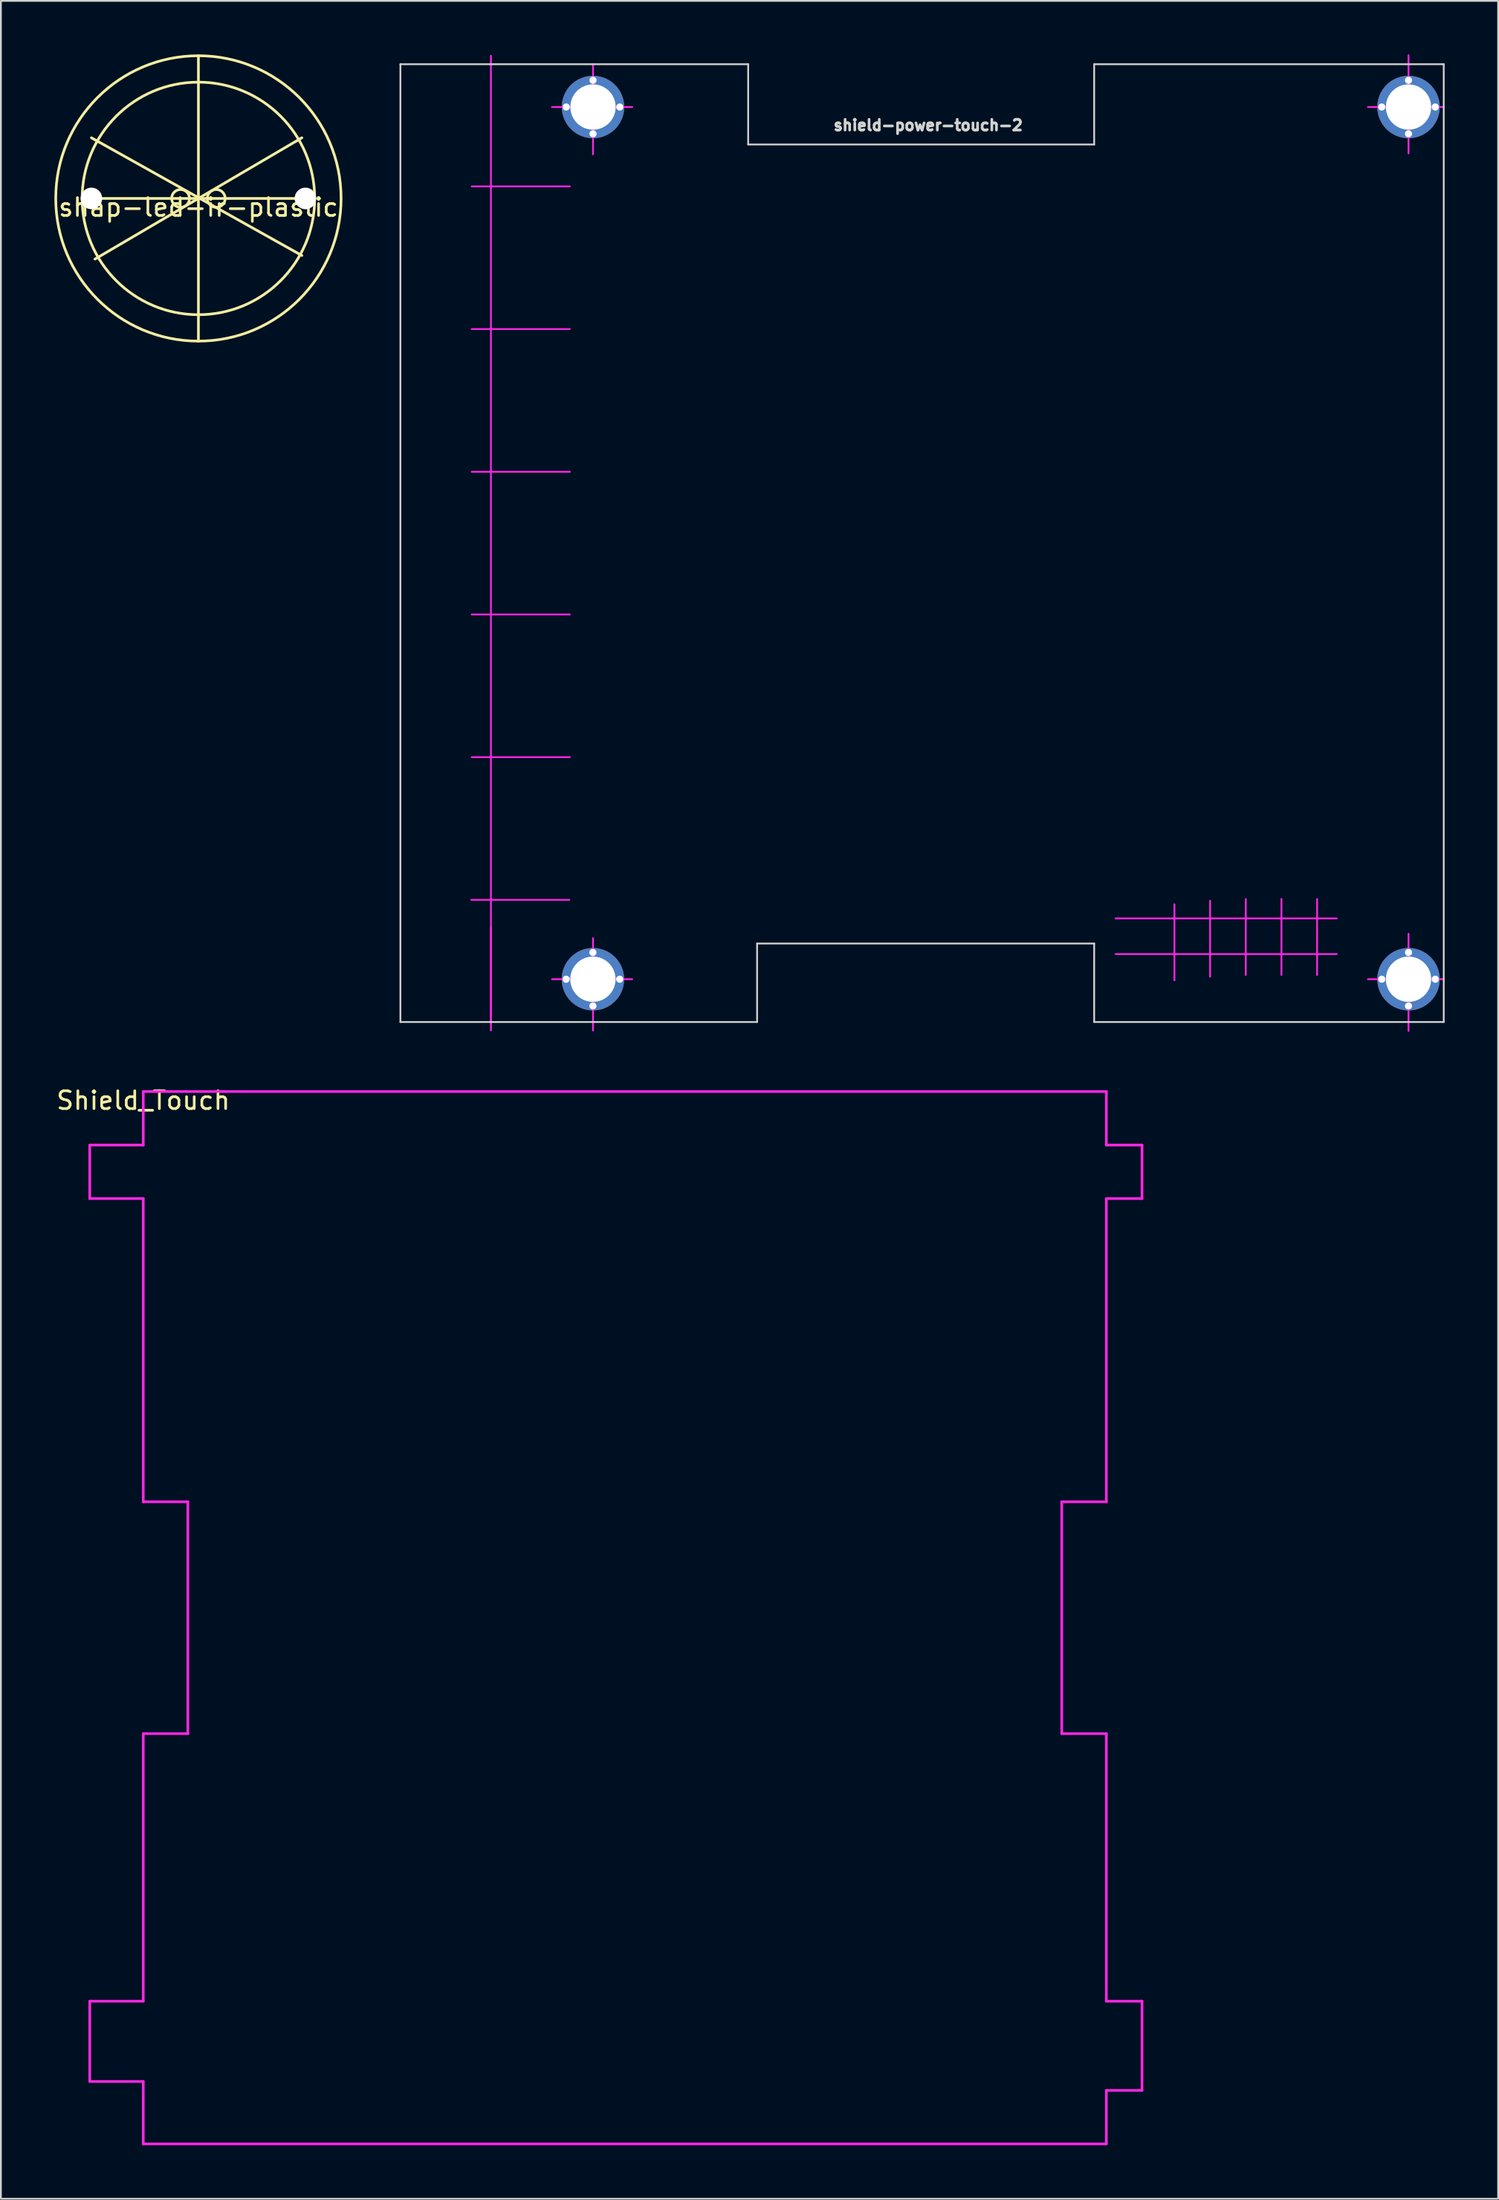
<source format=kicad_pcb>
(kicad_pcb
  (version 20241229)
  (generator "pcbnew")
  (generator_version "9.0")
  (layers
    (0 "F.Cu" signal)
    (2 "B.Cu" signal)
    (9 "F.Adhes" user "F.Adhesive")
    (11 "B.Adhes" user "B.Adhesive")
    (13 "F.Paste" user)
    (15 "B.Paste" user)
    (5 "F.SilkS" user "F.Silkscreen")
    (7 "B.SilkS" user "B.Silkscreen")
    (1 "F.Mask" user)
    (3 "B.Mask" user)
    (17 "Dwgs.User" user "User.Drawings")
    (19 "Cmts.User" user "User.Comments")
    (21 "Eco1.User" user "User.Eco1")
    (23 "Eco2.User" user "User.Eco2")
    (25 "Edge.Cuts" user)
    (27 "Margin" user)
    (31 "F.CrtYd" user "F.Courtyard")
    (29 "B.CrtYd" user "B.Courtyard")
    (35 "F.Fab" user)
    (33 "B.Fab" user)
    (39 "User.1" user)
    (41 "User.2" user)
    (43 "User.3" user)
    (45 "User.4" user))
  (footprint "shield-power-touch-2"
    (layer "F.Cu")
    (at 19.4 1.05)
    (property "Reference" "shield-power-touch-2" (at 29.591 2.921 0) (layer "Edge.Cuts") (effects (font (size 0.6 0.6) (thickness 0.15))))
    (attr through_hole)
    (fp_line (start 0 -0.5) (end 19.5 -0.5) (stroke (width 0.1) (type solid)) (layer "Edge.Cuts"))
    (fp_line (start 0 53.2) (end 0 -0.5) (stroke (width 0.1) (type solid)) (layer "Edge.Cuts"))
    (fp_line (start 0 53.2) (end 20 53.2) (stroke (width 0.1) (type solid)) (layer "Edge.Cuts"))
    (fp_line (start 19.5 -0.5) (end 19.5 4) (stroke (width 0.1) (type solid)) (layer "Edge.Cuts"))
    (fp_line (start 19.5 4) (end 38.9 4) (stroke (width 0.1) (type solid)) (layer "Edge.Cuts"))
    (fp_line (start 20 48.8) (end 20 53.2) (stroke (width 0.1) (type solid)) (layer "Edge.Cuts"))
    (fp_line (start 38.9 -0.5) (end 58.5 -0.5) (stroke (width 0.1) (type solid)) (layer "Edge.Cuts"))
    (fp_line (start 38.9 4) (end 38.9 -0.5) (stroke (width 0.1) (type solid)) (layer "Edge.Cuts"))
    (fp_line (start 38.9 48.8) (end 20 48.8) (stroke (width 0.1) (type solid)) (layer "Edge.Cuts"))
    (fp_line (start 38.9 53.2) (end 38.9 48.8) (stroke (width 0.1) (type solid)) (layer "Edge.Cuts"))
    (fp_line (start 58.5 -0.5) (end 58.5 53.2) (stroke (width 0.1) (type solid)) (layer "Edge.Cuts"))
    (fp_line (start 58.5 53.2) (end 38.9 53.2) (stroke (width 0.1) (type solid)) (layer "Edge.Cuts"))
    (fp_line (start 5.075 47.875) (end 5.075 53.25) (stroke (width 0.1) (type solid)) (layer "F.CrtYd"))
    (fp_line (start 5.075 53.675) (end 5.075 -0.975) (stroke (width 0.1) (type solid)) (layer "F.CrtYd"))
    (fp_line (start 8.5 1.9) (end 13 1.9) (stroke (width 0.1) (type solid)) (layer "F.CrtYd"))
    (fp_line (start 8.5 50.8) (end 13 50.8) (stroke (width 0.1) (type solid)) (layer "F.CrtYd"))
    (fp_line (start 9.475 46.35) (end 3.975 46.35) (stroke (width 0.1) (type solid)) (layer "F.CrtYd"))
    (fp_line (start 9.5 6.35) (end 4 6.35) (stroke (width 0.1) (type solid)) (layer "F.CrtYd"))
    (fp_line (start 9.5 14.35) (end 4 14.35) (stroke (width 0.1) (type solid)) (layer "F.CrtYd"))
    (fp_line (start 9.5 22.35) (end 4 22.35) (stroke (width 0.1) (type solid)) (layer "F.CrtYd"))
    (fp_line (start 9.5 30.35) (end 4 30.35) (stroke (width 0.1) (type solid)) (layer "F.CrtYd"))
    (fp_line (start 9.5 38.35) (end 4 38.35) (stroke (width 0.1) (type solid)) (layer "F.CrtYd"))
    (fp_line (start 10.8 -0.5) (end 10.8 4.55) (stroke (width 0.1) (type solid)) (layer "F.CrtYd"))
    (fp_line (start 10.8 48.5) (end 10.8 53.675) (stroke (width 0.1) (type solid)) (layer "F.CrtYd"))
    (fp_line (start 43.4 46.6) (end 43.4 50.86) (stroke (width 0.1) (type solid)) (layer "F.CrtYd"))
    (fp_line (start 45.4 46.4) (end 45.4 50.66) (stroke (width 0.1) (type solid)) (layer "F.CrtYd"))
    (fp_line (start 47.4 46.3) (end 47.4 50.56) (stroke (width 0.1) (type solid)) (layer "F.CrtYd"))
    (fp_line (start 49.4 46.3) (end 49.4 50.56) (stroke (width 0.1) (type solid)) (layer "F.CrtYd"))
    (fp_line (start 51.4 46.3) (end 51.4 50.56) (stroke (width 0.1) (type solid)) (layer "F.CrtYd"))
    (fp_line (start 51.4 49.39) (end 51.4 47.39) (stroke (width 0.01) (type solid)) (layer "F.CrtYd"))
    (fp_line (start 52.5 47.39) (end 40.1 47.39) (stroke (width 0.1) (type solid)) (layer "F.CrtYd"))
    (fp_line (start 52.5 49.39) (end 40.1 49.39) (stroke (width 0.1) (type solid)) (layer "F.CrtYd"))
    (fp_line (start 54.25 1.9) (end 58.5 1.9) (stroke (width 0.1) (type solid)) (layer "F.CrtYd"))
    (fp_line (start 54.25 50.8) (end 58.5 50.8) (stroke (width 0.1) (type solid)) (layer "F.CrtYd"))
    (fp_line (start 56.525 -1) (end 56.525 4.5) (stroke (width 0.1) (type solid)) (layer "F.CrtYd"))
    (fp_line (start 56.525 48.25) (end 56.525 53.7) (stroke (width 0.1) (type solid)) (layer "F.CrtYd"))
    (pad "2" thru_hole circle (at 9.295 50.8) (size 0.5 0.5) (drill 0.4) (layers "*.Cu" "*.Mask"))
    (pad "2" thru_hole circle (at 9.3 1.9) (size 0.5 0.5) (drill 0.4) (layers "*.Cu" "*.Mask"))
    (pad "2" thru_hole circle (at 10.795 49.3) (size 0.5 0.5) (drill 0.4) (layers "*.Cu" "*.Mask"))
    (pad "2" thru_hole circle (at 10.795 50.8) (size 3.5 3.5) (drill 2.54) (layers "*.Cu" "*.Mask"))
    (pad "2" thru_hole circle (at 10.795 52.3) (size 0.5 0.5) (drill 0.4) (layers "*.Cu" "*.Mask"))
    (pad "2" thru_hole circle (at 10.8 0.4) (size 0.5 0.5) (drill 0.4) (layers "*.Cu" "*.Mask"))
    (pad "2" thru_hole circle (at 10.8 1.9) (size 3.5 3.5) (drill 2.54) (layers "*.Cu" "*.Mask"))
    (pad "2" thru_hole circle (at 10.8 3.4) (size 0.5 0.5) (drill 0.4) (layers "*.Cu" "*.Mask"))
    (pad "2" thru_hole circle (at 12.295 50.8) (size 0.5 0.5) (drill 0.4) (layers "*.Cu" "*.Mask"))
    (pad "2" thru_hole circle (at 12.3 1.9) (size 0.5 0.5) (drill 0.4) (layers "*.Cu" "*.Mask"))
    (pad "2" thru_hole circle (at 55.025 1.9) (size 0.5 0.5) (drill 0.4) (layers "*.Cu" "*.Mask"))
    (pad "2" thru_hole circle (at 55.025 50.8) (size 0.5 0.5) (drill 0.4) (layers "*.Cu" "*.Mask"))
    (pad "2" thru_hole circle (at 56.525 0.4) (size 0.5 0.5) (drill 0.4) (layers "*.Cu" "*.Mask"))
    (pad "2" thru_hole circle (at 56.525 1.9) (size 3.5 3.5) (drill 2.54) (layers "*.Cu" "*.Mask"))
    (pad "2" thru_hole circle (at 56.525 3.4) (size 0.5 0.5) (drill 0.4) (layers "*.Cu" "*.Mask"))
    (pad "2" thru_hole circle (at 56.525 49.3) (size 0.5 0.5) (drill 0.4) (layers "*.Cu" "*.Mask"))
    (pad "2" thru_hole circle (at 56.525 50.8) (size 3.5 3.5) (drill 2.54) (layers "*.Cu" "*.Mask"))
    (pad "2" thru_hole circle (at 56.525 52.3) (size 0.5 0.5) (drill 0.4) (layers "*.Cu" "*.Mask"))
    (pad "2" thru_hole circle (at 58.025 1.9) (size 0.5 0.5) (drill 0.4) (layers "*.Cu" "*.Mask"))
    (pad "2" thru_hole circle (at 58.025 50.8) (size 0.5 0.5) (drill 0.4) (layers "*.Cu" "*.Mask")))
  (footprint "shap-led-ir-plastic"
    (layer "F.Cu")
    (at 8.075 8.075)
    (property "Reference" "shap-led-ir-plastic" (at 0 0.5 0) (layer "F.SilkS") (effects (font (size 1 1) (thickness 0.15))))
    (attr through_hole)
    (fp_line (start -6 -3.4) (end 5.8 3.2) (stroke (width 0.15) (type solid)) (layer "F.SilkS"))
    (fp_line (start -6 0) (end 0 0) (stroke (width 0.15) (type solid)) (layer "F.SilkS"))
    (fp_line (start -5.8 3.4) (end 5.8 -3.4) (stroke (width 0.15) (type solid)) (layer "F.SilkS"))
    (fp_line (start 0 -8) (end 0 8) (stroke (width 0.15) (type solid)) (layer "F.SilkS"))
    (fp_line (start 0 0) (end 6 0) (stroke (width 0.15) (type solid)) (layer "F.SilkS"))
    (fp_circle (center -1 0) (end -0.5 0) (stroke (width 0.15) (type solid)) (fill no) (layer "F.SilkS"))
    (fp_circle (center 0 0) (end 3.5 5.5) (stroke (width 0.15) (type solid)) (fill no) (layer "F.SilkS"))
    (fp_circle (center 0 0) (end 8 0) (stroke (width 0.15) (type solid)) (fill no) (layer "F.SilkS"))
    (fp_circle (center 1 0) (end 1.5 0) (stroke (width 0.15) (type solid)) (fill no) (layer "F.SilkS"))
    (pad "1" thru_hole circle (at -6 0) (size 1.2 1.2) (drill 1.2) (layers "*.Cu" "*.Mask"))
    (pad "1" thru_hole circle (at 6 0) (size 1.2 1.2) (drill 1.2) (layers "*.Cu" "*.Mask")))
  (footprint "Shield_Touch"
    (layer "F.Cu")
    (at 4.982 58.148)
    (property "Reference" "Shield_Touch" (at 0 0.5 0) (layer "F.SilkS") (effects (font (size 1 1) (thickness 0.15))))
    (attr through_hole)
    (fp_line (start -3 3) (end 0 3) (stroke (width 0.15) (type solid)) (layer "F.CrtYd"))
    (fp_line (start -3 6) (end -3 3) (stroke (width 0.15) (type solid)) (layer "F.CrtYd"))
    (fp_line (start -3 51) (end 0 51) (stroke (width 0.15) (type solid)) (layer "F.CrtYd"))
    (fp_line (start -3 55.5) (end -3 51) (stroke (width 0.15) (type solid)) (layer "F.CrtYd"))
    (fp_line (start 0 0) (end 54 0) (stroke (width 0.15) (type solid)) (layer "F.CrtYd"))
    (fp_line (start 0 3) (end 0 0) (stroke (width 0.15) (type solid)) (layer "F.CrtYd"))
    (fp_line (start 0 6) (end -3 6) (stroke (width 0.15) (type solid)) (layer "F.CrtYd"))
    (fp_line (start 0 23) (end 0 6) (stroke (width 0.15) (type solid)) (layer "F.CrtYd"))
    (fp_line (start 0 36) (end 2.5 36) (stroke (width 0.15) (type solid)) (layer "F.CrtYd"))
    (fp_line (start 0 51) (end 0 36) (stroke (width 0.15) (type solid)) (layer "F.CrtYd"))
    (fp_line (start 0 55.5) (end -3 55.5) (stroke (width 0.15) (type solid)) (layer "F.CrtYd"))
    (fp_line (start 0 59) (end 0 55.5) (stroke (width 0.15) (type solid)) (layer "F.CrtYd"))
    (fp_line (start 2.5 23) (end 0 23) (stroke (width 0.15) (type solid)) (layer "F.CrtYd"))
    (fp_line (start 2.5 36) (end 2.5 23) (stroke (width 0.15) (type solid)) (layer "F.CrtYd"))
    (fp_line (start 51.5 23) (end 51.5 36) (stroke (width 0.15) (type solid)) (layer "F.CrtYd"))
    (fp_line (start 51.5 36) (end 54 36) (stroke (width 0.15) (type solid)) (layer "F.CrtYd"))
    (fp_line (start 54 0) (end 54 3) (stroke (width 0.15) (type solid)) (layer "F.CrtYd"))
    (fp_line (start 54 3) (end 56 3) (stroke (width 0.15) (type solid)) (layer "F.CrtYd"))
    (fp_line (start 54 6) (end 54 23) (stroke (width 0.15) (type solid)) (layer "F.CrtYd"))
    (fp_line (start 54 23) (end 51.5 23) (stroke (width 0.15) (type solid)) (layer "F.CrtYd"))
    (fp_line (start 54 36) (end 54 51) (stroke (width 0.15) (type solid)) (layer "F.CrtYd"))
    (fp_line (start 54 51) (end 56 51) (stroke (width 0.15) (type solid)) (layer "F.CrtYd"))
    (fp_line (start 54 56) (end 54 59) (stroke (width 0.15) (type solid)) (layer "F.CrtYd"))
    (fp_line (start 54 59) (end 0 59) (stroke (width 0.15) (type solid)) (layer "F.CrtYd"))
    (fp_line (start 56 3) (end 56 6) (stroke (width 0.15) (type solid)) (layer "F.CrtYd"))
    (fp_line (start 56 6) (end 54 6) (stroke (width 0.15) (type solid)) (layer "F.CrtYd"))
    (fp_line (start 56 51) (end 56 56) (stroke (width 0.15) (type solid)) (layer "F.CrtYd"))
    (fp_line (start 56 56) (end 54 56) (stroke (width 0.15) (type solid)) (layer "F.CrtYd")))
  (gr_rect
    (start -3 -3)
    (end 80.95 120.223)
    (stroke (width 0.1) (type default))
    (fill no)
    (layer "Edge.Cuts")))
</source>
